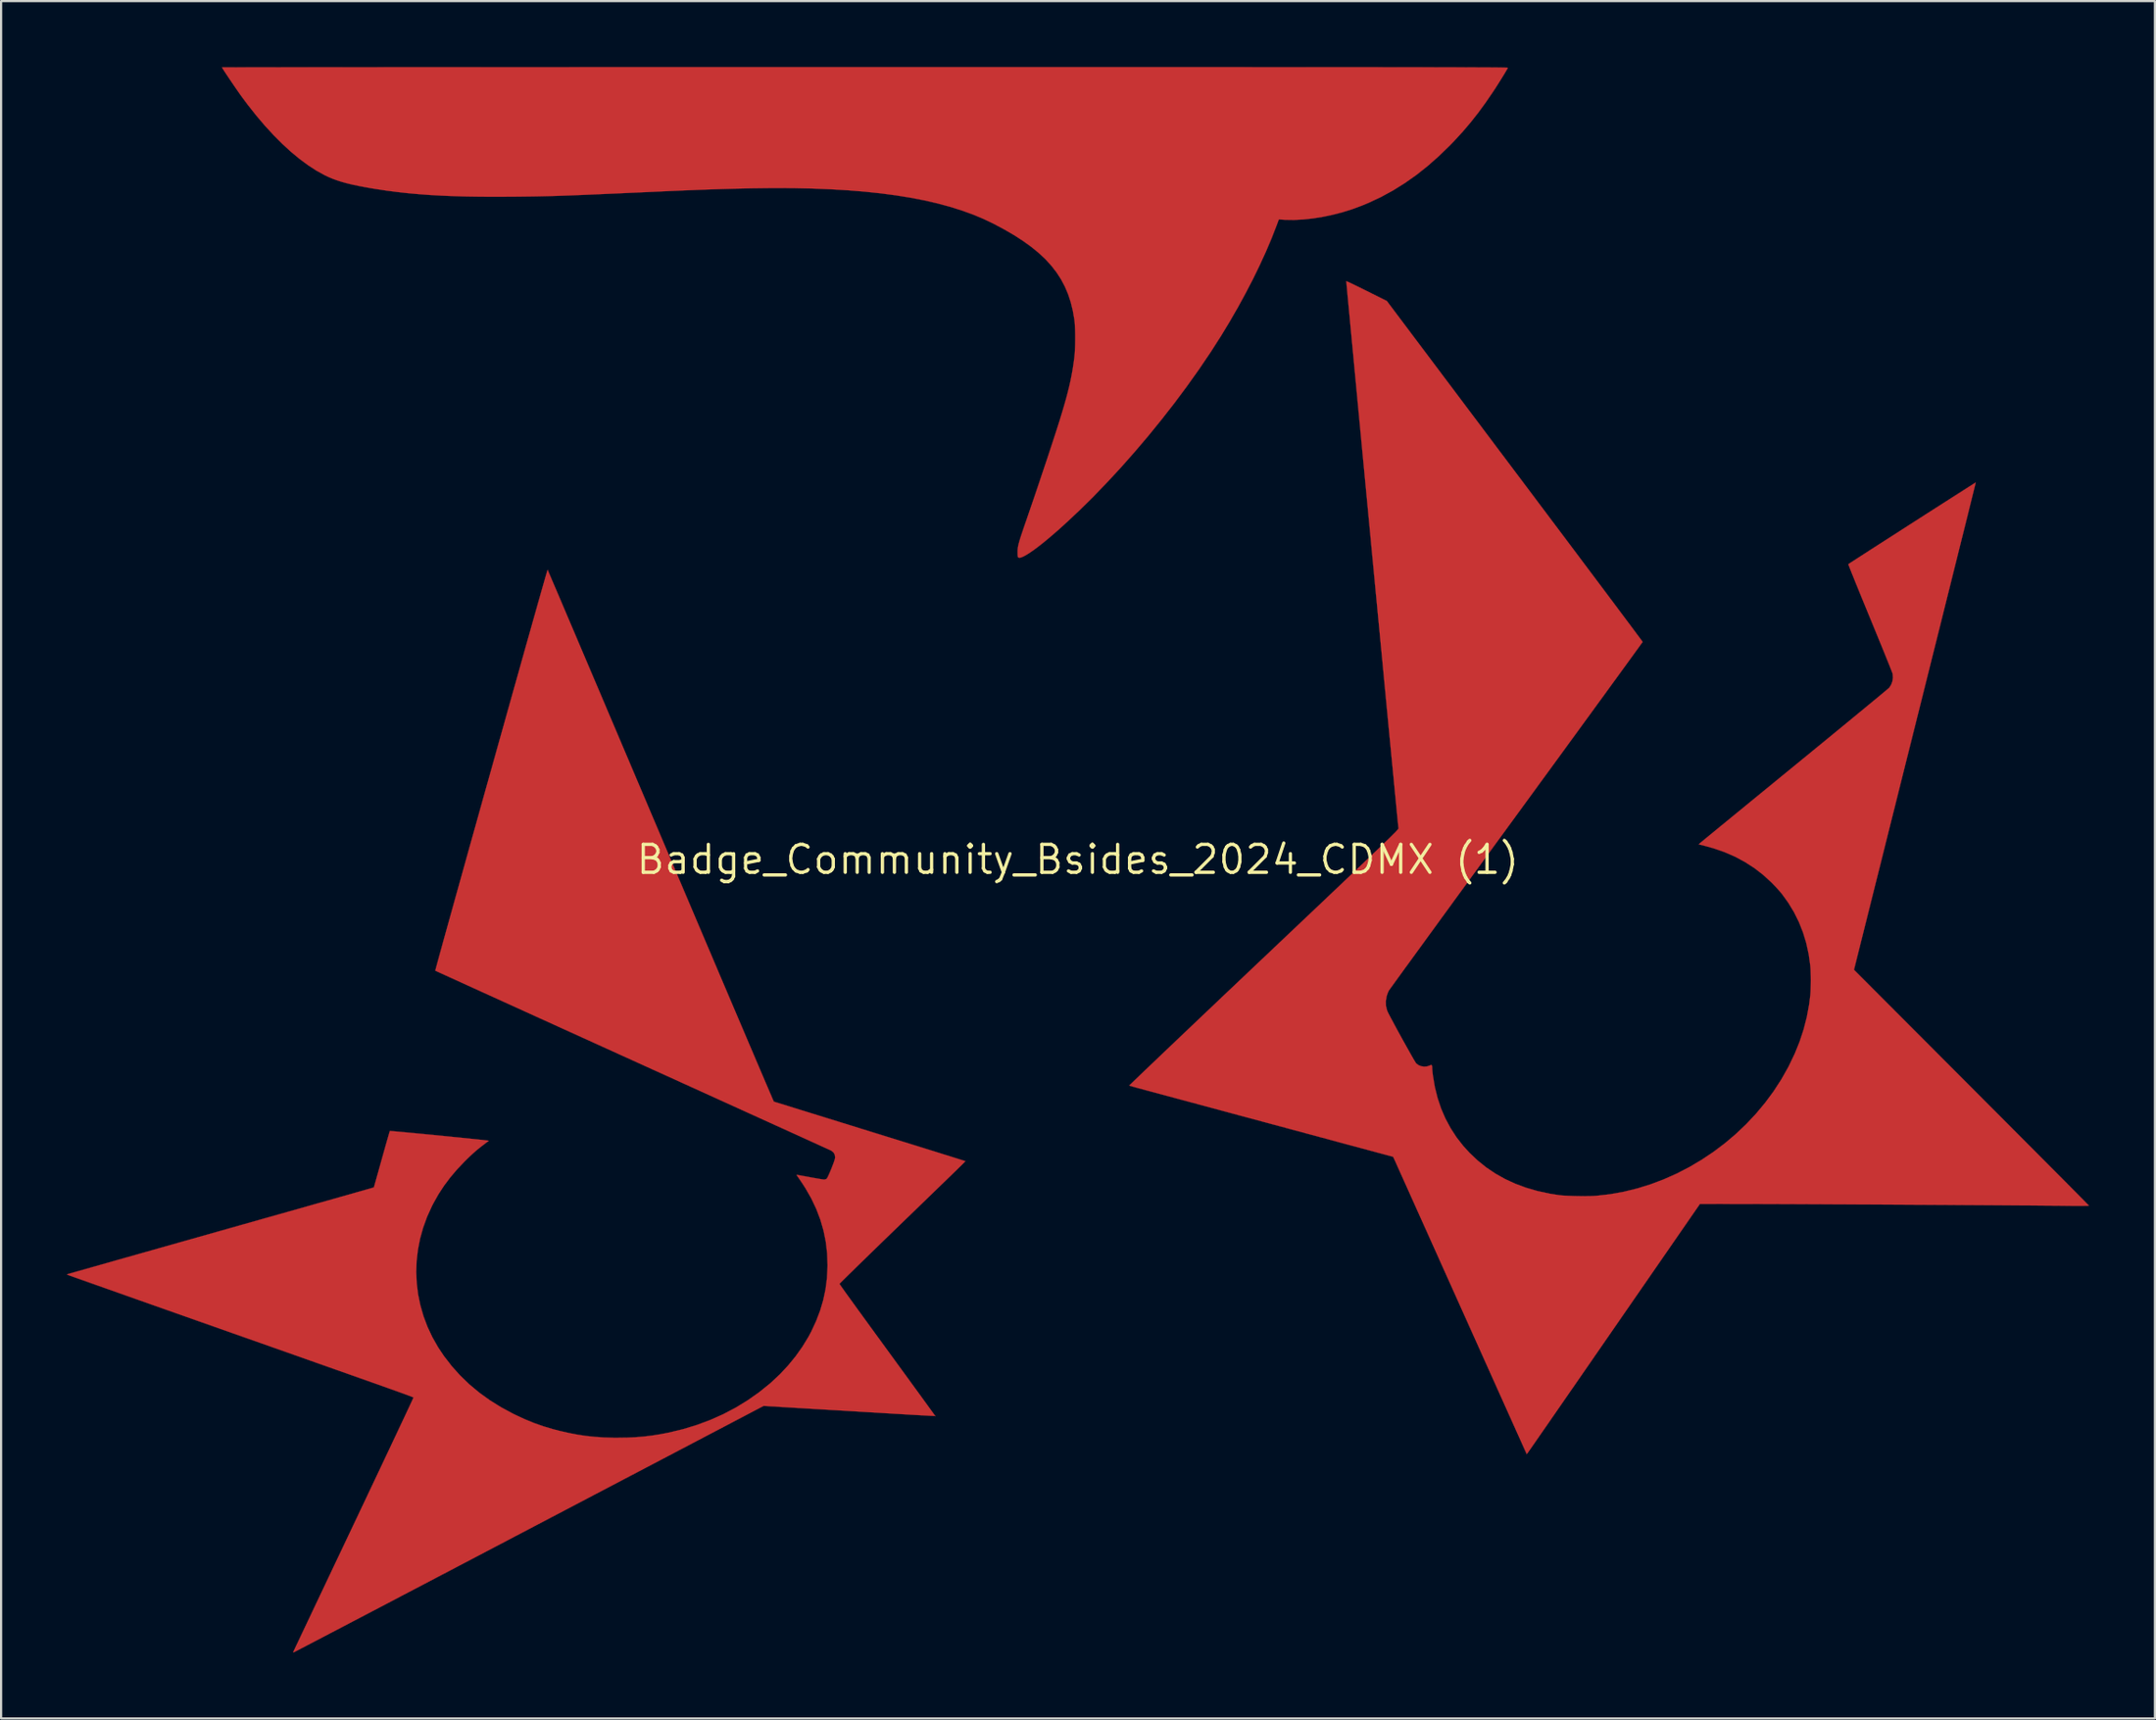
<source format=kicad_pcb>
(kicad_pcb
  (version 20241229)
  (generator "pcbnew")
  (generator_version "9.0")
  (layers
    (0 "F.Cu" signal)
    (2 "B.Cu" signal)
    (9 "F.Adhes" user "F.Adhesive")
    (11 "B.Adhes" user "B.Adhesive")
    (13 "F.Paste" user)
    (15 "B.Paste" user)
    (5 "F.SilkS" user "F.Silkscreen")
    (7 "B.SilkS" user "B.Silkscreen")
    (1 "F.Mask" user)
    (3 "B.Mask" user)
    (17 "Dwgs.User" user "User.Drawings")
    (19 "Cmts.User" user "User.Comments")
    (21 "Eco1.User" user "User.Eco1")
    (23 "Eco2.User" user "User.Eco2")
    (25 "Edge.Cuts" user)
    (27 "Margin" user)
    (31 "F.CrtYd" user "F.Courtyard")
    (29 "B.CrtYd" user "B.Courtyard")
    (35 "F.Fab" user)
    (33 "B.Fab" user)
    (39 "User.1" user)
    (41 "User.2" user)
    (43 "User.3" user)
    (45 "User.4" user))
  (footprint "Badge_Community_Bsides_2024_CDMX (1)"
    (layer "F.Cu")
    (at 46 36.073)
    (property "Reference" "Badge_Community_Bsides_2024_CDMX (1)" (at 0 0 0) (layer "F.SilkS") (effects (font (size 1.27 1.27) (thickness 0.15))))
    (attr through_hole)
    (fp_poly (pts (xy -8.328 -36.068) (xy -7.017 -36.068) (xy -5.746 -36.068) (xy -4.516 -36.068) (xy -3.326 -36.068) (xy -2.174 -36.068) (xy -1.062 -36.068) (xy 0.013 -36.068) (xy 1.051 -36.068) (xy 2.052 -36.068) (xy 3.017 -36.067) (xy 3.947 -36.067) (xy 4.842 -36.067) (xy 5.703 -36.067) (xy 6.53 -36.067) (xy 7.325 -36.067) (xy 8.088 -36.066) (xy 8.819 -36.066) (xy 9.519 -36.066) (xy 10.189 -36.066) (xy 10.83 -36.065) (xy 11.442 -36.065) (xy 12.025 -36.065) (xy 12.581 -36.064) (xy 13.109 -36.064) (xy 13.611 -36.064) (xy 14.088 -36.063) (xy 14.539 -36.063) (xy 14.966 -36.062) (xy 15.369 -36.062) (xy 15.749 -36.061) (xy 16.106 -36.061) (xy 16.442 -36.06) (xy 16.756 -36.06) (xy 17.049 -36.059) (xy 17.323 -36.058) (xy 17.577 -36.058) (xy 17.812 -36.057) (xy 18.029 -36.056) (xy 18.229 -36.055) (xy 18.412 -36.054) (xy 18.579 -36.054) (xy 18.73 -36.053) (xy 18.866 -36.052) (xy 18.988 -36.051) (xy 19.096 -36.05) (xy 19.192 -36.049) (xy 19.275 -36.048) (xy 19.346 -36.046) (xy 19.406 -36.045) (xy 19.456 -36.044) (xy 19.496 -36.043) (xy 19.527 -36.042) (xy 19.549 -36.04) (xy 19.563 -36.039) (xy 19.571 -36.037) (xy 19.572 -36.036) (xy 19.552 -35.996) (xy 19.512 -35.926) (xy 19.456 -35.831) (xy 19.386 -35.716) (xy 19.307 -35.586) (xy 19.22 -35.447) (xy 19.13 -35.305) (xy 19.04 -35.163) (xy 18.952 -35.028) (xy 18.891 -34.936) (xy 18.554 -34.443) (xy 18.218 -33.984) (xy 17.877 -33.551) (xy 17.523 -33.135) (xy 17.151 -32.729) (xy 16.934 -32.504) (xy 16.432 -32.017) (xy 15.926 -31.57) (xy 15.412 -31.162) (xy 14.889 -30.793) (xy 14.355 -30.459) (xy 13.807 -30.16) (xy 13.244 -29.895) (xy 12.922 -29.761) (xy 12.491 -29.602) (xy 12.046 -29.463) (xy 11.593 -29.346) (xy 11.141 -29.251) (xy 10.693 -29.18) (xy 10.258 -29.133) (xy 9.841 -29.112) (xy 9.448 -29.118) (xy 9.396 -29.12) (xy 9.151 -29.136) (xy 9.048 -28.861) (xy 8.822 -28.28) (xy 8.566 -27.677) (xy 8.282 -27.057) (xy 7.973 -26.423) (xy 7.64 -25.781) (xy 7.288 -25.136) (xy 6.917 -24.492) (xy 6.531 -23.853) (xy 6.512 -23.823) (xy 6.03 -23.071) (xy 5.516 -22.312) (xy 4.974 -21.551) (xy 4.408 -20.79) (xy 3.82 -20.036) (xy 3.215 -19.291) (xy 2.595 -18.561) (xy 1.966 -17.849) (xy 1.329 -17.161) (xy 0.69 -16.499) (xy 0.05 -15.868) (xy -0.586 -15.273) (xy -0.826 -15.057) (xy -1.1 -14.816) (xy -1.357 -14.598) (xy -1.595 -14.402) (xy -1.815 -14.23) (xy -2.014 -14.082) (xy -2.191 -13.96) (xy -2.345 -13.863) (xy -2.475 -13.793) (xy -2.58 -13.75) (xy -2.659 -13.736) (xy -2.709 -13.751) (xy -2.726 -13.774) (xy -2.732 -13.811) (xy -2.737 -13.878) (xy -2.739 -13.965) (xy -2.739 -14.012) (xy -2.738 -14.078) (xy -2.733 -14.142) (xy -2.725 -14.209) (xy -2.712 -14.282) (xy -2.693 -14.365) (xy -2.666 -14.463) (xy -2.632 -14.578) (xy -2.588 -14.716) (xy -2.534 -14.879) (xy -2.469 -15.072) (xy -2.391 -15.299) (xy -2.334 -15.462) (xy -2.23 -15.766) (xy -2.118 -16.092) (xy -2 -16.436) (xy -1.879 -16.793) (xy -1.756 -17.157) (xy -1.634 -17.522) (xy -1.513 -17.883) (xy -1.395 -18.234) (xy -1.284 -18.571) (xy -1.18 -18.887) (xy -1.085 -19.177) (xy -1.001 -19.435) (xy -0.958 -19.569) (xy -0.831 -19.969) (xy -0.719 -20.334) (xy -0.62 -20.668) (xy -0.532 -20.977) (xy -0.456 -21.265) (xy -0.389 -21.536) (xy -0.331 -21.794) (xy -0.281 -22.046) (xy -0.236 -22.294) (xy -0.198 -22.543) (xy -0.163 -22.799) (xy -0.155 -22.86) (xy -0.14 -23.023) (xy -0.128 -23.215) (xy -0.12 -23.426) (xy -0.117 -23.648) (xy -0.117 -23.872) (xy -0.121 -24.088) (xy -0.13 -24.288) (xy -0.142 -24.461) (xy -0.155 -24.575) (xy -0.225 -24.979) (xy -0.319 -25.363) (xy -0.438 -25.728) (xy -0.585 -26.075) (xy -0.76 -26.406) (xy -0.965 -26.723) (xy -1.201 -27.028) (xy -1.469 -27.321) (xy -1.772 -27.606) (xy -2.11 -27.882) (xy -2.485 -28.153) (xy -2.898 -28.42) (xy -3.351 -28.683) (xy -3.831 -28.939) (xy -4.284 -29.156) (xy -4.764 -29.357) (xy -5.273 -29.541) (xy -5.811 -29.71) (xy -6.379 -29.864) (xy -6.978 -30.002) (xy -7.608 -30.124) (xy -8.272 -30.231) (xy -8.968 -30.323) (xy -9.698 -30.4) (xy -10.464 -30.462) (xy -11.265 -30.509) (xy -12.102 -30.542) (xy -12.977 -30.56) (xy -13.889 -30.563) (xy -14.841 -30.552) (xy -15.113 -30.546) (xy -15.353 -30.54) (xy -15.58 -30.535) (xy -15.798 -30.529) (xy -16.011 -30.524) (xy -16.221 -30.518) (xy -16.431 -30.511) (xy -16.645 -30.504) (xy -16.866 -30.496) (xy -17.097 -30.488) (xy -17.341 -30.479) (xy -17.601 -30.468) (xy -17.881 -30.457) (xy -18.184 -30.444) (xy -18.513 -30.43) (xy -18.871 -30.414) (xy -19.261 -30.396) (xy -19.686 -30.377) (xy -20.15 -30.356) (xy -20.225 -30.353) (xy -20.708 -30.331) (xy -21.152 -30.311) (xy -21.56 -30.293) (xy -21.935 -30.277) (xy -22.28 -30.262) (xy -22.598 -30.249) (xy -22.892 -30.237) (xy -23.165 -30.226) (xy -23.421 -30.217) (xy -23.662 -30.209) (xy -23.891 -30.202) (xy -24.112 -30.196) (xy -24.328 -30.191) (xy -24.541 -30.186) (xy -24.755 -30.182) (xy -24.973 -30.179) (xy -25.197 -30.176) (xy -25.432 -30.173) (xy -25.679 -30.171) (xy -25.834 -30.17) (xy -26.529 -30.167) (xy -27.186 -30.17) (xy -27.807 -30.179) (xy -28.397 -30.196) (xy -28.958 -30.219) (xy -29.493 -30.249) (xy -30.006 -30.287) (xy -30.501 -30.332) (xy -30.98 -30.385) (xy -31.446 -30.445) (xy -31.904 -30.514) (xy -32.025 -30.533) (xy -32.389 -30.596) (xy -32.714 -30.658) (xy -33.006 -30.719) (xy -33.269 -30.783) (xy -33.508 -30.849) (xy -33.726 -30.919) (xy -33.929 -30.994) (xy -34.12 -31.076) (xy -34.279 -31.152) (xy -34.653 -31.359) (xy -35.034 -31.607) (xy -35.421 -31.893) (xy -35.811 -32.216) (xy -36.203 -32.576) (xy -36.597 -32.971) (xy -36.991 -33.399) (xy -37.382 -33.859) (xy -37.771 -34.35) (xy -38.026 -34.692) (xy -38.093 -34.784) (xy -38.171 -34.895) (xy -38.258 -35.02) (xy -38.351 -35.155) (xy -38.447 -35.295) (xy -38.542 -35.435) (xy -38.634 -35.571) (xy -38.72 -35.699) (xy -38.796 -35.814) (xy -38.86 -35.912) (xy -38.908 -35.988) (xy -38.938 -36.037) (xy -38.947 -36.055) (xy -38.926 -36.056) (xy -38.863 -36.056) (xy -38.76 -36.057) (xy -38.616 -36.057) (xy -38.433 -36.057) (xy -38.212 -36.058) (xy -37.953 -36.058) (xy -37.657 -36.059) (xy -37.325 -36.059) (xy -36.957 -36.06) (xy -36.555 -36.06) (xy -36.118 -36.061) (xy -35.649 -36.061) (xy -35.147 -36.061) (xy -34.613 -36.062) (xy -34.048 -36.062) (xy -33.454 -36.063) (xy -32.829 -36.063) (xy -32.177 -36.063) (xy -31.496 -36.064) (xy -30.788 -36.064) (xy -30.055 -36.064) (xy -29.295 -36.065) (xy -28.511 -36.065) (xy -27.702 -36.065) (xy -26.87 -36.066) (xy -26.016 -36.066) (xy -25.14 -36.066) (xy -24.243 -36.066) (xy -23.326 -36.066) (xy -22.39 -36.067) (xy -21.434 -36.067) (xy -20.461 -36.067) (xy -19.47 -36.067) (xy -18.463 -36.067) (xy -17.441 -36.068) (xy -16.403 -36.068) (xy -15.352 -36.068) (xy -14.287 -36.068) (xy -13.209 -36.068) (xy -12.12 -36.068) (xy -11.019 -36.068) (xy -9.908 -36.068) (xy -9.681 -36.068) (xy -8.328 -36.068)) (stroke (width 0.01) (type solid)) (fill yes) (layer "F.Cu"))
    (fp_poly (pts (xy 12.242 -26.318) (xy 12.297 -26.294) (xy 12.382 -26.255) (xy 12.494 -26.202) (xy 12.629 -26.136) (xy 12.783 -26.061) (xy 12.953 -25.977) (xy 13.135 -25.887) (xy 13.149 -25.88) (xy 14.065 -25.423) (xy 19.886 -17.676) (xy 20.27 -17.166) (xy 20.647 -16.664) (xy 21.016 -16.172) (xy 21.378 -15.69) (xy 21.731 -15.22) (xy 22.074 -14.763) (xy 22.407 -14.319) (xy 22.729 -13.891) (xy 23.038 -13.478) (xy 23.335 -13.082) (xy 23.618 -12.705) (xy 23.887 -12.346) (xy 24.14 -12.008) (xy 24.378 -11.691) (xy 24.598 -11.396) (xy 24.802 -11.124) (xy 24.986 -10.877) (xy 25.152 -10.656) (xy 25.297 -10.461) (xy 25.422 -10.293) (xy 25.525 -10.155) (xy 25.606 -10.046) (xy 25.664 -9.968) (xy 25.698 -9.921) (xy 25.707 -9.908) (xy 25.695 -9.89) (xy 25.658 -9.838) (xy 25.598 -9.755) (xy 25.516 -9.64) (xy 25.411 -9.496) (xy 25.286 -9.323) (xy 25.14 -9.122) (xy 24.975 -8.894) (xy 24.791 -8.641) (xy 24.589 -8.363) (xy 24.369 -8.061) (xy 24.134 -7.737) (xy 23.883 -7.392) (xy 23.617 -7.027) (xy 23.337 -6.642) (xy 23.043 -6.239) (xy 22.738 -5.82) (xy 22.42 -5.384) (xy 22.092 -4.933) (xy 21.753 -4.468) (xy 21.405 -3.991) (xy 21.048 -3.502) (xy 20.684 -3.002) (xy 20.312 -2.493) (xy 19.96 -2.01) (xy 19.582 -1.492) (xy 19.21 -0.982) (xy 18.845 -0.482) (xy 18.488 0.008) (xy 18.139 0.487) (xy 17.8 0.952) (xy 17.47 1.405) (xy 17.151 1.842) (xy 16.844 2.264) (xy 16.549 2.668) (xy 16.268 3.055) (xy 16 3.423) (xy 15.748 3.77) (xy 15.511 4.096) (xy 15.29 4.4) (xy 15.086 4.68) (xy 14.9 4.935) (xy 14.733 5.166) (xy 14.586 5.369) (xy 14.459 5.544) (xy 14.353 5.691) (xy 14.268 5.808) (xy 14.207 5.894) (xy 14.169 5.947) (xy 14.155 5.967) (xy 14.122 6.037) (xy 14.086 6.131) (xy 14.056 6.229) (xy 14.052 6.246) (xy 14.019 6.458) (xy 14.027 6.667) (xy 14.078 6.871) (xy 14.082 6.881) (xy 14.102 6.927) (xy 14.14 7.005) (xy 14.195 7.111) (xy 14.263 7.24) (xy 14.342 7.388) (xy 14.43 7.553) (xy 14.525 7.728) (xy 14.625 7.911) (xy 14.728 8.098) (xy 14.831 8.285) (xy 14.932 8.466) (xy 15.029 8.639) (xy 15.119 8.8) (xy 15.201 8.944) (xy 15.272 9.068) (xy 15.331 9.167) (xy 15.374 9.237) (xy 15.4 9.275) (xy 15.402 9.278) (xy 15.502 9.355) (xy 15.625 9.406) (xy 15.758 9.427) (xy 15.891 9.418) (xy 16.003 9.381) (xy 16.064 9.355) (xy 16.102 9.355) (xy 16.121 9.386) (xy 16.128 9.453) (xy 16.129 9.487) (xy 16.132 9.549) (xy 16.139 9.639) (xy 16.15 9.745) (xy 16.162 9.836) (xy 16.249 10.355) (xy 16.374 10.855) (xy 16.535 11.334) (xy 16.733 11.792) (xy 16.968 12.229) (xy 17.238 12.645) (xy 17.545 13.038) (xy 17.822 13.342) (xy 18.19 13.692) (xy 18.582 14.008) (xy 18.999 14.29) (xy 19.441 14.539) (xy 19.908 14.755) (xy 20.402 14.938) (xy 20.922 15.089) (xy 21.469 15.207) (xy 21.893 15.274) (xy 22.016 15.287) (xy 22.173 15.298) (xy 22.356 15.307) (xy 22.555 15.314) (xy 22.763 15.319) (xy 22.972 15.321) (xy 23.172 15.32) (xy 23.356 15.317) (xy 23.515 15.31) (xy 23.593 15.305) (xy 24.223 15.234) (xy 24.848 15.122) (xy 25.467 14.97) (xy 26.078 14.78) (xy 26.678 14.553) (xy 27.265 14.291) (xy 27.839 13.994) (xy 28.395 13.665) (xy 28.933 13.305) (xy 29.451 12.914) (xy 29.946 12.495) (xy 30.417 12.048) (xy 30.861 11.576) (xy 31.277 11.078) (xy 31.662 10.558) (xy 32.014 10.016) (xy 32.332 9.453) (xy 32.366 9.387) (xy 32.63 8.835) (xy 32.853 8.283) (xy 33.035 7.729) (xy 33.179 7.169) (xy 33.284 6.601) (xy 33.338 6.17) (xy 33.348 6.036) (xy 33.355 5.871) (xy 33.359 5.685) (xy 33.361 5.49) (xy 33.359 5.294) (xy 33.354 5.111) (xy 33.347 4.949) (xy 33.338 4.837) (xy 33.265 4.313) (xy 33.155 3.806) (xy 33.006 3.318) (xy 32.82 2.847) (xy 32.596 2.396) (xy 32.336 1.966) (xy 32.042 1.56) (xy 31.971 1.474) (xy 31.877 1.368) (xy 31.771 1.252) (xy 31.659 1.135) (xy 31.562 1.036) (xy 31.189 0.695) (xy 30.79 0.387) (xy 30.364 0.112) (xy 29.913 -0.13) (xy 29.436 -0.338) (xy 28.933 -0.512) (xy 28.57 -0.613) (xy 28.259 -0.692) (xy 28.316 -0.745) (xy 28.338 -0.763) (xy 28.39 -0.806) (xy 28.473 -0.874) (xy 28.584 -0.966) (xy 28.723 -1.08) (xy 28.887 -1.214) (xy 29.076 -1.369) (xy 29.287 -1.543) (xy 29.521 -1.734) (xy 29.775 -1.942) (xy 30.047 -2.165) (xy 30.338 -2.403) (xy 30.644 -2.654) (xy 30.965 -2.917) (xy 31.299 -3.19) (xy 31.646 -3.474) (xy 32.002 -3.766) (xy 32.369 -4.065) (xy 32.62 -4.271) (xy 32.992 -4.575) (xy 33.356 -4.873) (xy 33.71 -5.163) (xy 34.053 -5.444) (xy 34.383 -5.715) (xy 34.7 -5.975) (xy 35.002 -6.223) (xy 35.287 -6.458) (xy 35.554 -6.678) (xy 35.802 -6.882) (xy 36.029 -7.069) (xy 36.234 -7.239) (xy 36.416 -7.389) (xy 36.572 -7.519) (xy 36.703 -7.628) (xy 36.806 -7.714) (xy 36.879 -7.777) (xy 36.922 -7.814) (xy 36.933 -7.825) (xy 37.017 -7.957) (xy 37.073 -8.111) (xy 37.097 -8.274) (xy 37.087 -8.433) (xy 37.077 -8.478) (xy 37.065 -8.513) (xy 37.037 -8.585) (xy 36.996 -8.691) (xy 36.941 -8.829) (xy 36.874 -8.995) (xy 36.796 -9.188) (xy 36.708 -9.406) (xy 36.611 -9.644) (xy 36.506 -9.901) (xy 36.394 -10.175) (xy 36.276 -10.463) (xy 36.153 -10.762) (xy 36.048 -11.017) (xy 35.923 -11.321) (xy 35.803 -11.614) (xy 35.688 -11.894) (xy 35.58 -12.158) (xy 35.48 -12.404) (xy 35.388 -12.63) (xy 35.306 -12.834) (xy 35.234 -13.012) (xy 35.174 -13.163) (xy 35.127 -13.284) (xy 35.093 -13.372) (xy 35.073 -13.426) (xy 35.068 -13.443) (xy 35.09 -13.458) (xy 35.144 -13.494) (xy 35.229 -13.549) (xy 35.343 -13.623) (xy 35.483 -13.714) (xy 35.647 -13.82) (xy 35.833 -13.939) (xy 36.038 -14.072) (xy 36.26 -14.215) (xy 36.497 -14.367) (xy 36.747 -14.527) (xy 37.007 -14.694) (xy 37.275 -14.866) (xy 37.548 -15.042) (xy 37.825 -15.22) (xy 38.104 -15.398) (xy 38.381 -15.576) (xy 38.654 -15.751) (xy 38.923 -15.923) (xy 39.183 -16.089) (xy 39.432 -16.249) (xy 39.67 -16.401) (xy 39.892 -16.543) (xy 40.098 -16.674) (xy 40.284 -16.793) (xy 40.448 -16.897) (xy 40.588 -16.987) (xy 40.702 -17.059) (xy 40.788 -17.113) (xy 40.843 -17.147) (xy 40.865 -17.16) (xy 40.865 -17.16) (xy 40.86 -17.139) (xy 40.846 -17.078) (xy 40.821 -16.979) (xy 40.788 -16.842) (xy 40.745 -16.669) (xy 40.693 -16.46) (xy 40.633 -16.218) (xy 40.565 -15.943) (xy 40.489 -15.636) (xy 40.405 -15.299) (xy 40.314 -14.933) (xy 40.215 -14.538) (xy 40.11 -14.117) (xy 39.999 -13.67) (xy 39.881 -13.199) (xy 39.758 -12.704) (xy 39.629 -12.187) (xy 39.495 -11.65) (xy 39.356 -11.092) (xy 39.212 -10.516) (xy 39.063 -9.923) (xy 38.911 -9.313) (xy 38.755 -8.688) (xy 38.595 -8.05) (xy 38.432 -7.399) (xy 38.267 -6.736) (xy 38.099 -6.067) (xy 35.325 5.018) (xy 40.671 10.376) (xy 41.069 10.775) (xy 41.459 11.167) (xy 41.841 11.549) (xy 42.212 11.922) (xy 42.573 12.285) (xy 42.922 12.635) (xy 43.258 12.972) (xy 43.58 13.295) (xy 43.887 13.604) (xy 44.177 13.896) (xy 44.45 14.17) (xy 44.705 14.427) (xy 44.941 14.664) (xy 45.156 14.881) (xy 45.35 15.077) (xy 45.521 15.249) (xy 45.669 15.399) (xy 45.792 15.523) (xy 45.889 15.622) (xy 45.96 15.694) (xy 46.003 15.738) (xy 46.016 15.753) (xy 45.996 15.757) (xy 45.936 15.76) (xy 45.84 15.762) (xy 45.711 15.763) (xy 45.552 15.764) (xy 45.367 15.763) (xy 45.158 15.762) (xy 44.929 15.76) (xy 44.921 15.759) (xy 44.743 15.757) (xy 44.525 15.755) (xy 44.27 15.753) (xy 43.98 15.751) (xy 43.656 15.748) (xy 43.302 15.745) (xy 42.92 15.743) (xy 42.513 15.74) (xy 42.082 15.737) (xy 41.63 15.734) (xy 41.159 15.731) (xy 40.673 15.728) (xy 40.172 15.725) (xy 39.66 15.721) (xy 39.139 15.718) (xy 38.611 15.715) (xy 38.079 15.712) (xy 37.545 15.709) (xy 37.012 15.706) (xy 36.481 15.703) (xy 35.955 15.7) (xy 35.437 15.698) (xy 34.928 15.695) (xy 34.433 15.693) (xy 33.951 15.69) (xy 33.487 15.688) (xy 33.042 15.686) (xy 32.619 15.684) (xy 32.22 15.683) (xy 31.848 15.681) (xy 31.504 15.68) (xy 31.192 15.679) (xy 30.914 15.678) (xy 30.747 15.678) (xy 28.315 15.674) (xy 24.423 21.304) (xy 24.118 21.746) (xy 23.819 22.178) (xy 23.527 22.601) (xy 23.243 23.012) (xy 22.967 23.411) (xy 22.701 23.796) (xy 22.445 24.165) (xy 22.201 24.518) (xy 21.969 24.853) (xy 21.751 25.169) (xy 21.546 25.464) (xy 21.357 25.738) (xy 21.183 25.988) (xy 21.027 26.214) (xy 20.888 26.414) (xy 20.768 26.587) (xy 20.668 26.731) (xy 20.588 26.846) (xy 20.53 26.93) (xy 20.494 26.981) (xy 20.481 26.998) (xy 20.431 27.062) (xy 20.379 26.945) (xy 20.349 26.88) (xy 20.304 26.78) (xy 20.244 26.646) (xy 20.17 26.481) (xy 20.083 26.286) (xy 19.982 26.063) (xy 19.87 25.813) (xy 19.747 25.538) (xy 19.613 25.241) (xy 19.47 24.922) (xy 19.318 24.583) (xy 19.158 24.227) (xy 18.991 23.855) (xy 18.817 23.468) (xy 18.638 23.068) (xy 18.453 22.657) (xy 18.265 22.237) (xy 18.073 21.809) (xy 17.878 21.376) (xy 17.682 20.938) (xy 17.484 20.498) (xy 17.286 20.057) (xy 17.089 19.618) (xy 16.892 19.181) (xy 16.698 18.748) (xy 16.507 18.322) (xy 16.319 17.903) (xy 16.135 17.494) (xy 15.957 17.096) (xy 15.784 16.712) (xy 15.618 16.342) (xy 15.459 15.989) (xy 15.309 15.653) (xy 15.167 15.338) (xy 15.035 15.044) (xy 14.914 14.774) (xy 14.804 14.529) (xy 14.705 14.31) (xy 14.62 14.12) (xy 14.548 13.96) (xy 14.491 13.832) (xy 14.449 13.738) (xy 14.422 13.679) (xy 14.412 13.658) (xy 14.381 13.592) (xy 14.357 13.544) (xy 14.343 13.526) (xy 14.343 13.525) (xy 14.322 13.52) (xy 14.262 13.504) (xy 14.166 13.479) (xy 14.037 13.444) (xy 13.877 13.401) (xy 13.688 13.351) (xy 13.474 13.293) (xy 13.235 13.229) (xy 12.975 13.159) (xy 12.697 13.084) (xy 12.402 13.005) (xy 12.093 12.922) (xy 11.776 12.836) (xy 11.087 12.65) (xy 10.437 12.475) (xy 9.826 12.31) (xy 9.251 12.155) (xy 8.712 12.01) (xy 8.208 11.874) (xy 7.737 11.747) (xy 7.297 11.629) (xy 6.888 11.518) (xy 6.508 11.416) (xy 6.156 11.321) (xy 5.83 11.233) (xy 5.529 11.152) (xy 5.253 11.078) (xy 4.999 11.009) (xy 4.766 10.947) (xy 4.553 10.889) (xy 4.359 10.837) (xy 4.183 10.79) (xy 4.022 10.746) (xy 3.876 10.707) (xy 3.744 10.672) (xy 3.624 10.639) (xy 3.515 10.61) (xy 3.415 10.583) (xy 3.323 10.559) (xy 3.239 10.536) (xy 3.16 10.515) (xy 3.122 10.505) (xy 2.949 10.458) (xy 2.789 10.415) (xy 2.647 10.376) (xy 2.526 10.342) (xy 2.433 10.315) (xy 2.371 10.297) (xy 2.344 10.287) (xy 2.344 10.287) (xy 2.358 10.272) (xy 2.402 10.228) (xy 2.474 10.158) (xy 2.574 10.061) (xy 2.701 9.939) (xy 2.853 9.793) (xy 3.03 9.623) (xy 3.231 9.432) (xy 3.454 9.219) (xy 3.699 8.985) (xy 3.964 8.733) (xy 4.248 8.462) (xy 4.551 8.173) (xy 4.871 7.869) (xy 5.208 7.549) (xy 5.56 7.214) (xy 5.927 6.866) (xy 6.306 6.506) (xy 6.698 6.133) (xy 7.102 5.751) (xy 7.515 5.359) (xy 7.938 4.958) (xy 8.368 4.55) (xy 8.467 4.457) (xy 8.984 3.967) (xy 9.471 3.505) (xy 9.929 3.071) (xy 10.359 2.663) (xy 10.762 2.282) (xy 11.139 1.925) (xy 11.49 1.591) (xy 11.816 1.282) (xy 12.119 0.994) (xy 12.4 0.728) (xy 12.658 0.483) (xy 12.895 0.257) (xy 13.112 0.05) (xy 13.31 -0.139) (xy 13.49 -0.31) (xy 13.652 -0.465) (xy 13.798 -0.605) (xy 13.928 -0.73) (xy 14.043 -0.841) (xy 14.144 -0.939) (xy 14.232 -1.025) (xy 14.308 -1.1) (xy 14.373 -1.165) (xy 14.427 -1.219) (xy 14.472 -1.265) (xy 14.508 -1.304) (xy 14.537 -1.335) (xy 14.558 -1.36) (xy 14.574 -1.38) (xy 14.585 -1.395) (xy 14.591 -1.406) (xy 14.594 -1.415) (xy 14.595 -1.422) (xy 14.595 -1.426) (xy 14.592 -1.455) (xy 14.584 -1.524) (xy 14.574 -1.632) (xy 14.559 -1.778) (xy 14.541 -1.96) (xy 14.52 -2.177) (xy 14.496 -2.427) (xy 14.469 -2.709) (xy 14.438 -3.022) (xy 14.405 -3.364) (xy 14.37 -3.734) (xy 14.332 -4.13) (xy 14.291 -4.551) (xy 14.249 -4.995) (xy 14.204 -5.461) (xy 14.157 -5.948) (xy 14.109 -6.455) (xy 14.058 -6.979) (xy 14.007 -7.519) (xy 13.953 -8.075) (xy 13.899 -8.644) (xy 13.844 -9.225) (xy 13.787 -9.817) (xy 13.73 -10.418) (xy 13.671 -11.027) (xy 13.613 -11.643) (xy 13.553 -12.263) (xy 13.494 -12.888) (xy 13.434 -13.514) (xy 13.374 -14.142) (xy 13.315 -14.768) (xy 13.255 -15.393) (xy 13.196 -16.014) (xy 13.137 -16.631) (xy 13.079 -17.241) (xy 13.022 -17.843) (xy 12.965 -18.437) (xy 12.91 -19.02) (xy 12.856 -19.591) (xy 12.803 -20.148) (xy 12.751 -20.691) (xy 12.701 -21.218) (xy 12.653 -21.727) (xy 12.606 -22.217) (xy 12.562 -22.687) (xy 12.52 -23.134) (xy 12.479 -23.559) (xy 12.442 -23.959) (xy 12.406 -24.332) (xy 12.374 -24.679) (xy 12.344 -24.996) (xy 12.317 -25.283) (xy 12.293 -25.538) (xy 12.272 -25.76) (xy 12.255 -25.947) (xy 12.241 -26.099) (xy 12.231 -26.213) (xy 12.224 -26.288) (xy 12.221 -26.323) (xy 12.221 -26.325) (xy 12.242 -26.318)) (stroke (width 0.01) (type solid)) (fill yes) (layer "F.Cu"))
    (fp_poly (pts (xy -24.12 -13.167) (xy -24.095 -13.11) (xy -24.055 -13.016) (xy -23.999 -12.886) (xy -23.929 -12.721) (xy -23.844 -12.523) (xy -23.745 -12.292) (xy -23.633 -12.029) (xy -23.508 -11.736) (xy -23.371 -11.413) (xy -23.221 -11.061) (xy -23.06 -10.682) (xy -22.887 -10.277) (xy -22.704 -9.846) (xy -22.511 -9.391) (xy -22.308 -8.913) (xy -22.095 -8.412) (xy -21.873 -7.891) (xy -21.643 -7.349) (xy -21.405 -6.788) (xy -21.159 -6.209) (xy -20.906 -5.613) (xy -20.646 -5.001) (xy -20.38 -4.375) (xy -20.108 -3.734) (xy -19.831 -3.081) (xy -19.549 -2.416) (xy -19.262 -1.74) (xy -18.986 -1.089) (xy -18.695 -0.403) (xy -18.408 0.272) (xy -18.126 0.937) (xy -17.849 1.59) (xy -17.577 2.23) (xy -17.312 2.856) (xy -17.052 3.467) (xy -16.799 4.062) (xy -16.553 4.641) (xy -16.315 5.201) (xy -16.085 5.742) (xy -15.864 6.263) (xy -15.651 6.763) (xy -15.448 7.24) (xy -15.254 7.694) (xy -15.071 8.124) (xy -14.899 8.528) (xy -14.738 8.906) (xy -14.589 9.257) (xy -14.451 9.579) (xy -14.326 9.871) (xy -14.215 10.133) (xy -14.116 10.362) (xy -14.032 10.56) (xy -13.961 10.723) (xy -13.906 10.852) (xy -13.866 10.944) (xy -13.841 11) (xy -13.832 11.018) (xy -13.81 11.025) (xy -13.75 11.044) (xy -13.653 11.074) (xy -13.521 11.115) (xy -13.355 11.166) (xy -13.159 11.227) (xy -12.934 11.297) (xy -12.681 11.376) (xy -12.402 11.462) (xy -12.1 11.556) (xy -11.776 11.656) (xy -11.432 11.763) (xy -11.07 11.875) (xy -10.692 11.993) (xy -10.299 12.114) (xy -9.894 12.24) (xy -9.478 12.369) (xy -9.475 12.37) (xy -9.059 12.499) (xy -8.654 12.625) (xy -8.261 12.746) (xy -7.883 12.864) (xy -7.521 12.976) (xy -7.178 13.083) (xy -6.854 13.184) (xy -6.552 13.278) (xy -6.274 13.365) (xy -6.022 13.444) (xy -5.796 13.514) (xy -5.601 13.575) (xy -5.436 13.627) (xy -5.304 13.669) (xy -5.208 13.699) (xy -5.148 13.719) (xy -5.126 13.726) (xy -5.126 13.726) (xy -5.124 13.727) (xy -5.121 13.728) (xy -5.119 13.729) (xy -5.119 13.731) (xy -5.122 13.737) (xy -5.13 13.746) (xy -5.143 13.761) (xy -5.164 13.783) (xy -5.193 13.812) (xy -5.231 13.851) (xy -5.28 13.899) (xy -5.341 13.959) (xy -5.415 14.031) (xy -5.503 14.118) (xy -5.607 14.219) (xy -5.728 14.337) (xy -5.867 14.471) (xy -6.026 14.625) (xy -6.205 14.798) (xy -6.406 14.993) (xy -6.63 15.21) (xy -6.878 15.45) (xy -7.152 15.715) (xy -7.452 16.006) (xy -7.781 16.324) (xy -8.117 16.649) (xy -8.403 16.926) (xy -8.681 17.195) (xy -8.949 17.455) (xy -9.205 17.704) (xy -9.449 17.941) (xy -9.678 18.164) (xy -9.891 18.371) (xy -10.087 18.563) (xy -10.263 18.736) (xy -10.42 18.889) (xy -10.554 19.021) (xy -10.665 19.131) (xy -10.751 19.216) (xy -10.81 19.276) (xy -10.841 19.309) (xy -10.846 19.315) (xy -10.833 19.335) (xy -10.797 19.387) (xy -10.74 19.468) (xy -10.663 19.576) (xy -10.569 19.709) (xy -10.458 19.863) (xy -10.332 20.037) (xy -10.194 20.228) (xy -10.045 20.434) (xy -9.887 20.651) (xy -9.722 20.879) (xy -9.712 20.893) (xy -9.375 21.356) (xy -9.062 21.786) (xy -8.772 22.184) (xy -8.504 22.552) (xy -8.258 22.89) (xy -8.032 23.2) (xy -7.826 23.483) (xy -7.639 23.74) (xy -7.47 23.973) (xy -7.317 24.182) (xy -7.181 24.369) (xy -7.06 24.536) (xy -6.954 24.682) (xy -6.861 24.81) (xy -6.781 24.921) (xy -6.712 25.016) (xy -6.654 25.095) (xy -6.607 25.161) (xy -6.568 25.215) (xy -6.538 25.257) (xy -6.515 25.29) (xy -6.499 25.313) (xy -6.488 25.329) (xy -6.482 25.338) (xy -6.48 25.343) (xy -6.481 25.343) (xy -6.484 25.34) (xy -6.489 25.336) (xy -6.494 25.331) (xy -6.498 25.327) (xy -6.501 25.326) (xy -6.502 25.326) (xy -6.523 25.326) (xy -6.585 25.323) (xy -6.682 25.319) (xy -6.813 25.312) (xy -6.974 25.303) (xy -7.162 25.293) (xy -7.375 25.281) (xy -7.609 25.268) (xy -7.862 25.253) (xy -8.13 25.237) (xy -8.41 25.221) (xy -8.435 25.219) (xy -8.775 25.199) (xy -9.149 25.176) (xy -9.549 25.153) (xy -9.965 25.128) (xy -10.39 25.102) (xy -10.816 25.077) (xy -11.234 25.052) (xy -11.635 25.028) (xy -12.012 25.006) (xy -12.33 24.987) (xy -14.299 24.869) (xy -24.985 30.479) (xy -25.616 30.81) (xy -26.238 31.137) (xy -26.85 31.458) (xy -27.45 31.773) (xy -28.038 32.081) (xy -28.612 32.383) (xy -29.172 32.676) (xy -29.716 32.962) (xy -30.243 33.238) (xy -30.753 33.505) (xy -31.243 33.763) (xy -31.714 34.01) (xy -32.164 34.245) (xy -32.592 34.47) (xy -32.998 34.682) (xy -33.379 34.882) (xy -33.734 35.068) (xy -34.064 35.24) (xy -34.367 35.399) (xy -34.641 35.542) (xy -34.886 35.67) (xy -35.1 35.782) (xy -35.284 35.878) (xy -35.434 35.956) (xy -35.551 36.017) (xy -35.634 36.06) (xy -35.681 36.084) (xy -35.692 36.089) (xy -35.704 36.074) (xy -35.702 36.063) (xy -35.692 36.042) (xy -35.665 35.984) (xy -35.621 35.891) (xy -35.561 35.764) (xy -35.485 35.605) (xy -35.395 35.415) (xy -35.291 35.195) (xy -35.174 34.948) (xy -35.045 34.675) (xy -34.903 34.376) (xy -34.751 34.054) (xy -34.588 33.711) (xy -34.415 33.346) (xy -34.234 32.963) (xy -34.044 32.563) (xy -33.847 32.146) (xy -33.642 31.715) (xy -33.432 31.272) (xy -33.216 30.816) (xy -32.996 30.351) (xy -32.967 30.29) (xy -32.745 29.823) (xy -32.529 29.366) (xy -32.318 28.92) (xy -32.113 28.487) (xy -31.915 28.068) (xy -31.724 27.665) (xy -31.542 27.279) (xy -31.368 26.912) (xy -31.205 26.565) (xy -31.051 26.239) (xy -30.909 25.937) (xy -30.778 25.659) (xy -30.66 25.408) (xy -30.555 25.184) (xy -30.463 24.989) (xy -30.387 24.825) (xy -30.325 24.693) (xy -30.28 24.594) (xy -30.251 24.531) (xy -30.24 24.504) (xy -30.239 24.503) (xy -30.238 24.501) (xy -30.235 24.499) (xy -30.232 24.497) (xy -30.229 24.495) (xy -30.227 24.493) (xy -30.228 24.491) (xy -30.232 24.487) (xy -30.242 24.481) (xy -30.256 24.474) (xy -30.278 24.465) (xy -30.307 24.453) (xy -30.344 24.438) (xy -30.392 24.42) (xy -30.45 24.398) (xy -30.52 24.372) (xy -30.603 24.341) (xy -30.699 24.306) (xy -30.811 24.266) (xy -30.938 24.22) (xy -31.083 24.168) (xy -31.245 24.11) (xy -31.426 24.046) (xy -31.627 23.974) (xy -31.849 23.895) (xy -32.094 23.809) (xy -32.361 23.714) (xy -32.653 23.611) (xy -32.969 23.499) (xy -33.312 23.377) (xy -33.682 23.247) (xy -34.08 23.106) (xy -34.508 22.955) (xy -34.966 22.793) (xy -35.455 22.62) (xy -35.976 22.436) (xy -36.531 22.24) (xy -37.12 22.032) (xy -37.745 21.812) (xy -38.406 21.579) (xy -39.105 21.332) (xy -39.842 21.072) (xy -40.121 20.973) (xy -40.601 20.804) (xy -41.071 20.638) (xy -41.528 20.476) (xy -41.973 20.319) (xy -42.402 20.168) (xy -42.815 20.022) (xy -43.21 19.882) (xy -43.584 19.749) (xy -43.938 19.624) (xy -44.269 19.507) (xy -44.575 19.399) (xy -44.856 19.299) (xy -45.109 19.21) (xy -45.332 19.13) (xy -45.525 19.062) (xy -45.686 19.005) (xy -45.813 18.959) (xy -45.904 18.927) (xy -45.958 18.907) (xy -45.974 18.901) (xy -45.995 18.885) (xy -45.977 18.873) (xy -45.974 18.872) (xy -45.956 18.867) (xy -45.907 18.853) (xy -45.828 18.83) (xy -45.717 18.799) (xy -45.575 18.758) (xy -45.401 18.709) (xy -45.194 18.65) (xy -44.955 18.582) (xy -44.682 18.505) (xy -44.376 18.418) (xy -44.035 18.322) (xy -43.66 18.215) (xy -43.25 18.099) (xy -42.804 17.973) (xy -42.323 17.837) (xy -41.805 17.69) (xy -41.251 17.534) (xy -40.659 17.366) (xy -40.03 17.188) (xy -39.363 17) (xy -38.658 16.8) (xy -37.913 16.589) (xy -37.13 16.368) (xy -36.307 16.135) (xy -35.443 15.891) (xy -35.041 15.777) (xy -34.709 15.683) (xy -34.385 15.592) (xy -34.074 15.504) (xy -33.778 15.42) (xy -33.498 15.34) (xy -33.238 15.267) (xy -33.001 15.2) (xy -32.788 15.139) (xy -32.602 15.087) (xy -32.446 15.042) (xy -32.322 15.007) (xy -32.233 14.982) (xy -32.182 14.967) (xy -32.172 14.964) (xy -32.034 14.923) (xy -31.677 13.648) (xy -31.614 13.423) (xy -31.554 13.211) (xy -31.499 13.014) (xy -31.448 12.836) (xy -31.403 12.681) (xy -31.366 12.552) (xy -31.337 12.452) (xy -31.317 12.386) (xy -31.306 12.356) (xy -31.306 12.355) (xy -31.284 12.355) (xy -31.223 12.36) (xy -31.126 12.368) (xy -30.998 12.379) (xy -30.841 12.393) (xy -30.658 12.41) (xy -30.454 12.429) (xy -30.231 12.45) (xy -29.992 12.473) (xy -29.742 12.497) (xy -29.482 12.522) (xy -29.218 12.548) (xy -28.952 12.574) (xy -28.686 12.601) (xy -28.426 12.627) (xy -28.174 12.652) (xy -27.933 12.676) (xy -27.707 12.699) (xy -27.499 12.721) (xy -27.313 12.74) (xy -27.152 12.757) (xy -27.018 12.772) (xy -26.916 12.784) (xy -26.849 12.792) (xy -26.821 12.797) (xy -26.82 12.797) (xy -26.82 12.812) (xy -27.005 12.952) (xy -27.162 13.073) (xy -27.3 13.183) (xy -27.424 13.288) (xy -27.544 13.394) (xy -27.665 13.507) (xy -27.796 13.634) (xy -27.899 13.736) (xy -28.249 14.104) (xy -28.562 14.473) (xy -28.843 14.848) (xy -29.096 15.236) (xy -29.325 15.643) (xy -29.392 15.773) (xy -29.613 16.26) (xy -29.793 16.755) (xy -29.933 17.256) (xy -30.031 17.761) (xy -30.09 18.269) (xy -30.107 18.778) (xy -30.085 19.285) (xy -30.023 19.79) (xy -29.92 20.289) (xy -29.778 20.781) (xy -29.596 21.265) (xy -29.375 21.738) (xy -29.114 22.198) (xy -28.846 22.599) (xy -28.493 23.055) (xy -28.109 23.484) (xy -27.692 23.886) (xy -27.242 24.261) (xy -26.76 24.609) (xy -26.245 24.93) (xy -25.697 25.226) (xy -25.622 25.263) (xy -25.183 25.467) (xy -24.756 25.643) (xy -24.329 25.794) (xy -23.889 25.926) (xy -23.597 26.002) (xy -23.172 26.099) (xy -22.767 26.177) (xy -22.372 26.236) (xy -21.975 26.278) (xy -21.564 26.305) (xy -21.13 26.317) (xy -20.923 26.317) (xy -20.5 26.311) (xy -20.105 26.293) (xy -19.727 26.261) (xy -19.354 26.215) (xy -18.973 26.154) (xy -18.619 26.085) (xy -17.969 25.929) (xy -17.338 25.737) (xy -16.726 25.509) (xy -16.135 25.246) (xy -15.567 24.947) (xy -15.022 24.614) (xy -14.502 24.248) (xy -14.007 23.848) (xy -13.949 23.797) (xy -13.552 23.425) (xy -13.181 23.027) (xy -12.84 22.609) (xy -12.532 22.176) (xy -12.261 21.732) (xy -12.13 21.486) (xy -11.907 21.007) (xy -11.725 20.529) (xy -11.583 20.048) (xy -11.48 19.562) (xy -11.416 19.065) (xy -11.389 18.555) (xy -11.388 18.435) (xy -11.408 17.909) (xy -11.469 17.393) (xy -11.572 16.888) (xy -11.715 16.392) (xy -11.899 15.907) (xy -12.125 15.43) (xy -12.392 14.963) (xy -12.499 14.796) (xy -12.567 14.694) (xy -12.633 14.596) (xy -12.69 14.513) (xy -12.732 14.453) (xy -12.742 14.441) (xy -12.776 14.392) (xy -12.791 14.359) (xy -12.789 14.351) (xy -12.764 14.355) (xy -12.702 14.365) (xy -12.61 14.382) (xy -12.493 14.403) (xy -12.357 14.428) (xy -12.206 14.455) (xy -12.189 14.459) (xy -12.034 14.487) (xy -11.89 14.512) (xy -11.762 14.534) (xy -11.657 14.551) (xy -11.581 14.562) (xy -11.539 14.566) (xy -11.538 14.566) (xy -11.46 14.548) (xy -11.42 14.517) (xy -11.398 14.483) (xy -11.364 14.416) (xy -11.321 14.323) (xy -11.272 14.21) (xy -11.22 14.086) (xy -11.208 14.055) (xy -11.147 13.9) (xy -11.102 13.779) (xy -11.071 13.686) (xy -11.052 13.615) (xy -11.044 13.562) (xy -11.043 13.543) (xy -11.063 13.426) (xy -11.12 13.329) (xy -11.213 13.254) (xy -11.236 13.242) (xy -11.262 13.23) (xy -11.325 13.201) (xy -11.424 13.156) (xy -11.558 13.095) (xy -11.725 13.019) (xy -11.925 12.927) (xy -12.157 12.822) (xy -12.418 12.703) (xy -12.708 12.571) (xy -13.026 12.427) (xy -13.37 12.27) (xy -13.74 12.103) (xy -14.133 11.924) (xy -14.549 11.735) (xy -14.987 11.536) (xy -15.445 11.328) (xy -15.922 11.111) (xy -16.417 10.886) (xy -16.928 10.654) (xy -17.455 10.415) (xy -17.997 10.169) (xy -18.551 9.917) (xy -19.117 9.66) (xy -19.694 9.399) (xy -20.278 9.133) (xy -20.863 8.868) (xy -21.439 8.606) (xy -22.003 8.35) (xy -22.556 8.099) (xy -23.095 7.854) (xy -23.62 7.616) (xy -24.129 7.384) (xy -24.621 7.161) (xy -25.096 6.945) (xy -25.55 6.738) (xy -25.985 6.541) (xy -26.397 6.353) (xy -26.787 6.176) (xy -27.153 6.01) (xy -27.493 5.855) (xy -27.807 5.712) (xy -28.093 5.582) (xy -28.35 5.464) (xy -28.577 5.361) (xy -28.773 5.272) (xy -28.936 5.197) (xy -29.065 5.138) (xy -29.16 5.094) (xy -29.218 5.067) (xy -29.24 5.057) (xy -29.24 5.057) (xy -29.235 5.036) (xy -29.219 4.976) (xy -29.193 4.878) (xy -29.157 4.744) (xy -29.111 4.576) (xy -29.056 4.374) (xy -28.991 4.142) (xy -28.919 3.88) (xy -28.839 3.589) (xy -28.751 3.273) (xy -28.656 2.931) (xy -28.554 2.565) (xy -28.446 2.178) (xy -28.333 1.771) (xy -28.214 1.345) (xy -28.09 0.901) (xy -27.962 0.442) (xy -27.83 -0.03) (xy -27.695 -0.516) (xy -27.556 -1.012) (xy -27.415 -1.517) (xy -27.271 -2.03) (xy -27.126 -2.549) (xy -26.98 -3.073) (xy -26.832 -3.599) (xy -26.684 -4.127) (xy -26.536 -4.655) (xy -26.389 -5.181) (xy -26.242 -5.704) (xy -26.097 -6.222) (xy -25.954 -6.733) (xy -25.812 -7.236) (xy -25.674 -7.73) (xy -25.538 -8.213) (xy -25.406 -8.682) (xy -25.278 -9.138) (xy -25.155 -9.577) (xy -25.036 -9.999) (xy -24.922 -10.402) (xy -24.815 -10.784) (xy -24.713 -11.144) (xy -24.618 -11.48) (xy -24.53 -11.791) (xy -24.45 -12.074) (xy -24.377 -12.33) (xy -24.313 -12.555) (xy -24.258 -12.748) (xy -24.212 -12.909) (xy -24.176 -13.034) (xy -24.149 -13.123) (xy -24.134 -13.174) (xy -24.129 -13.187) (xy -24.12 -13.167)) (stroke (width 0.01) (type solid)) (fill yes) (layer "F.Cu")))
  (gr_rect
    (start -3 -3)
    (end 95.021 75.167)
    (stroke (width 0.1) (type default))
    (fill no)
    (layer "Edge.Cuts")))
</source>
